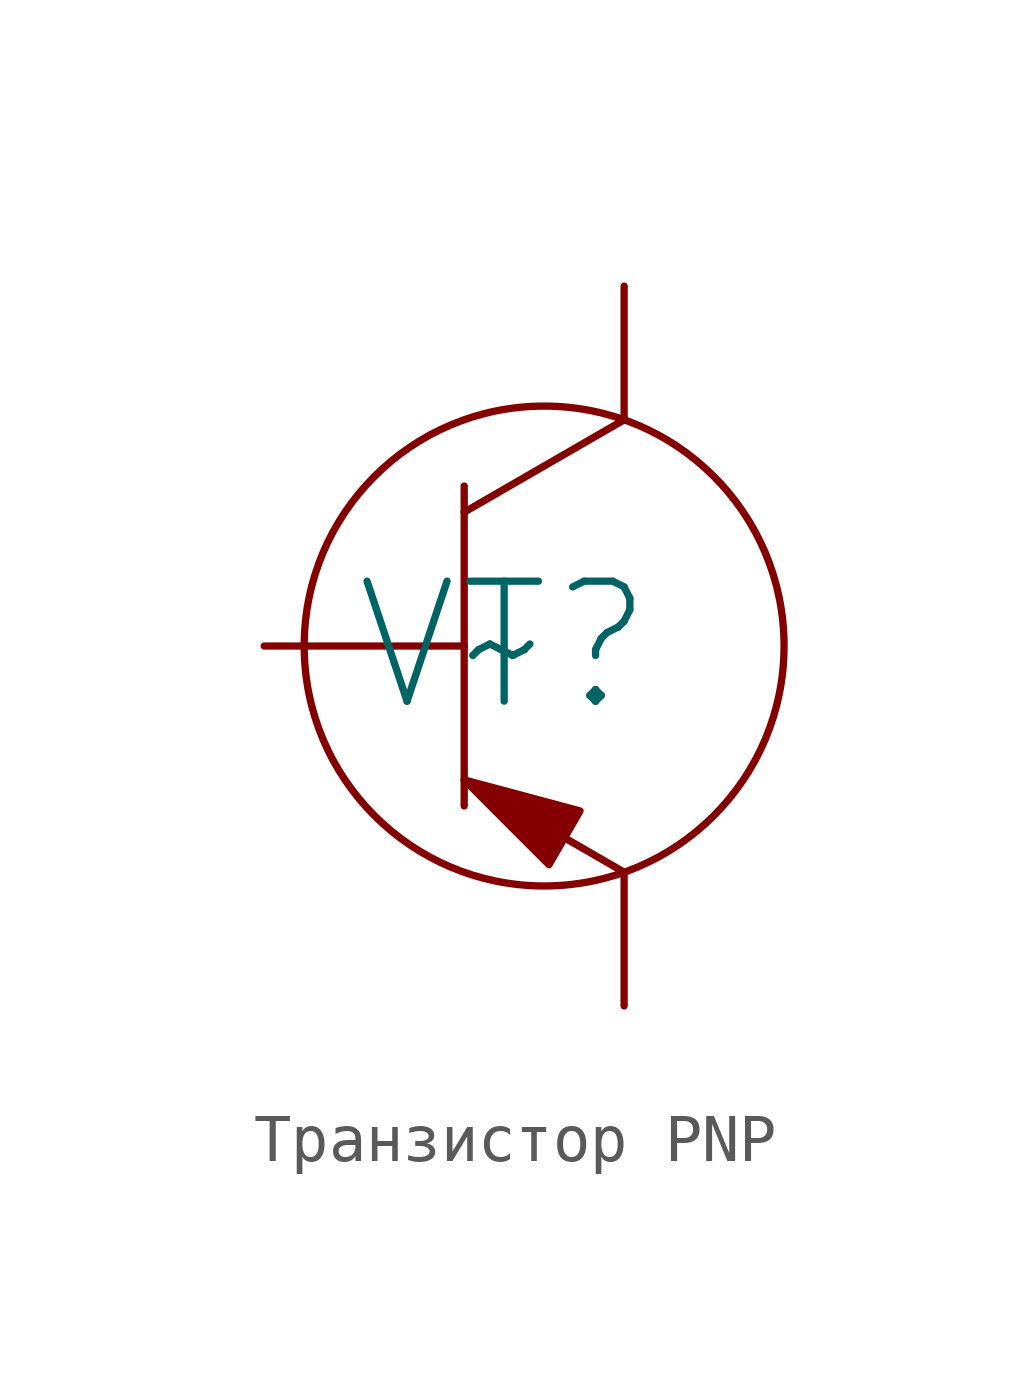
<source format=kicad_sym>
(kicad_symbol_lib
  (version 20220914)
  (generator kicad_symbol_editor)
  (symbol "Транзистор PNP"
    (pin_numbers hide)
    (pin_names
      (offset 0) hide)
    (property "Reference" "VT"
      (at 0 0 0)
      (effects (font (size 2.5 2.5))))
    (property "Value" "~"
      (at 0 0 0)
      (effects (font (size 2.5 2.5))))
    (symbol "Транзистор PNP_0_1"
      (polyline (pts (xy -0.833 -2.789) (xy 2.5 -4.714)) (stroke (width 0) (type default)) (fill (type none)))
      (polyline (pts (xy -0.833 2.789) (xy 2.5 4.714)) (stroke (width 0) (type default)) (fill (type none)))
      (polyline (pts (xy -0.833 3.333) (xy -0.833 -3.333)) (stroke (width 0) (type default)) (fill (type none)))
      (circle (center 0.833 0) (radius 5) (stroke (width 0) (type default)) (fill (type none))))
    (symbol "Транзистор PNP_1_1"
      (polyline (pts (xy -0.833 -2.789) (xy 1.581 -3.437) (xy 0.934 -4.557) (xy -0.833 -2.789)) (stroke (width 0) (type default)) (fill (type outline)))
      (pin input line (at -5 0 0) (length 4.167) (name "" (effects (font (size 1.27 1.27)))) (number "1" (effects (font (size 1.27 1.27)))))
      (pin input line (at 2.5 -7.5 90) (length 2.786) (name "" (effects (font (size 1.27 1.27)))) (number "2" (effects (font (size 1.27 1.27)))))
      (pin input line (at 2.5 7.5 270) (length 2.786) (name "" (effects (font (size 1.27 1.27)))) (number "3" (effects (font (size 1.27 1.27))))))))
</source>
